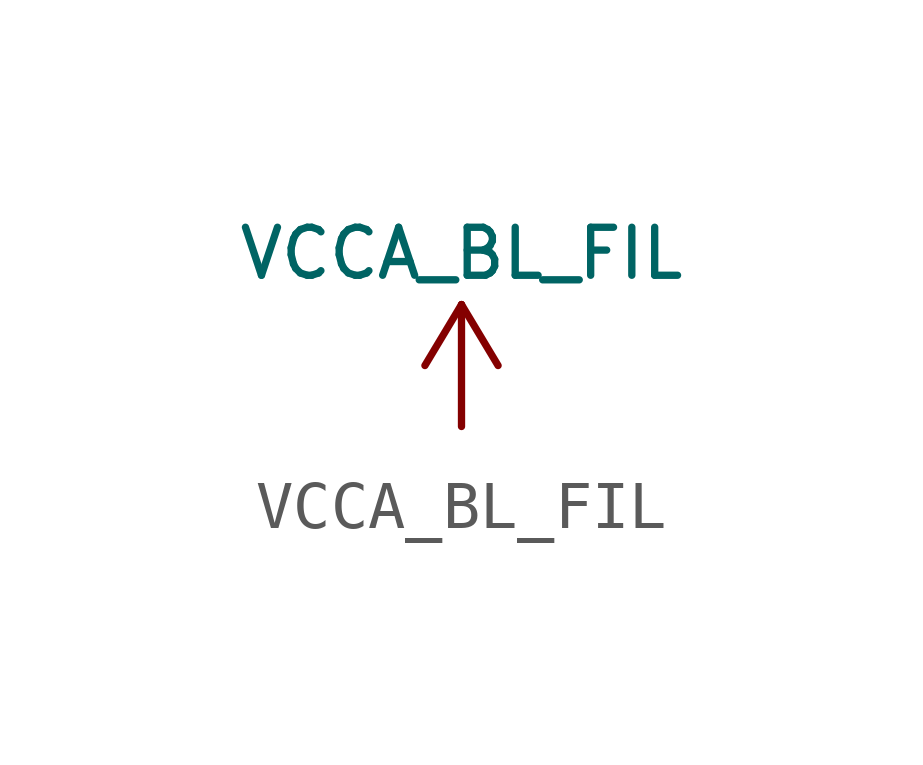
<source format=kicad_sym>
(kicad_symbol_lib
  (version 20241209)
  (generator "kicad_symbol_editor")
  (generator_version "9.0")
  (symbol "VCCA_BL_FIL"
    (power)
    (pin_names
      (offset 0))
    (property "Reference" "#PWR?"
      (at 0 -3.81 0)
      (effects (font (size 1.27 1.27)) (hide yes)))
    (property "Value" "VCCA_BL_FIL"
      (at 0 3.605 0)
      (effects (font (size 1 1))))
    (symbol "VCCA_BL_FIL_0_1"
      (polyline (pts (xy -0.762 1.27) (xy 0 2.54)) (stroke (width 0) (type default)) (fill (type none)))
      (polyline (pts (xy 0 2.54) (xy 0.762 1.27)) (stroke (width 0) (type default)) (fill (type none)))
      (polyline (pts (xy 0 0) (xy 0 2.54)) (stroke (width 0) (type default)) (fill (type none))))
    (symbol "VCCA_BL_FIL_1_1"
      (pin power_in line (at 0 0 90) (length 0) (hide yes) (name "VCCA_BL_FIL" (effects (font (size 1.27 1.27)))) (number "1" (effects (font (size 1.27 1.27))))))))
</source>
